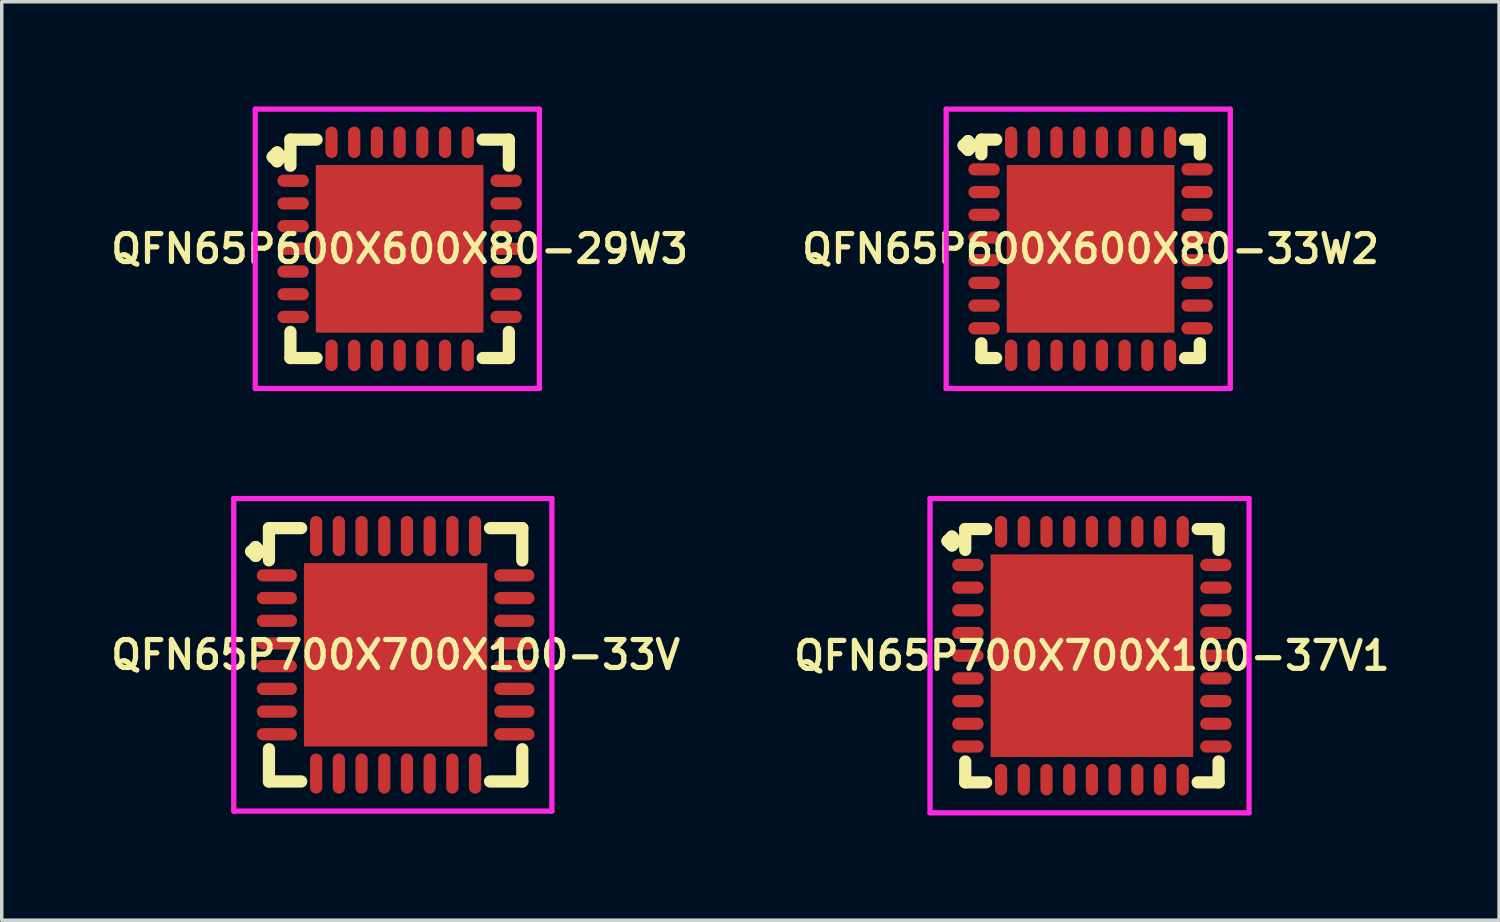
<source format=kicad_pcb>
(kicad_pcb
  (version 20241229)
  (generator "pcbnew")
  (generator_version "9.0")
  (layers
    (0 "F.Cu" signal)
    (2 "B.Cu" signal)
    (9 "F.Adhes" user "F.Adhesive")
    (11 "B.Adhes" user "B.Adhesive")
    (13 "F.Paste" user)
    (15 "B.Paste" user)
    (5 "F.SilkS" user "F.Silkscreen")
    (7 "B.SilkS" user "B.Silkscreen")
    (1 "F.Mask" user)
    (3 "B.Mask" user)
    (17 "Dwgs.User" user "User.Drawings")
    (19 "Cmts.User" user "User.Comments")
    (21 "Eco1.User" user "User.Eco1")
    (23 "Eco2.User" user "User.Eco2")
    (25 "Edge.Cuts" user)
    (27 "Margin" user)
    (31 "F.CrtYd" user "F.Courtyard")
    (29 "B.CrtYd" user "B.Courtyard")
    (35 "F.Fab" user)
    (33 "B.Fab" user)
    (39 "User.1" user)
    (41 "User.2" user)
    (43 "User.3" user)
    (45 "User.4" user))
  (footprint "QFN65P700X700X100-37V1"
    (layer "F.Cu")
    (at 28.216 15.725)
    (property "Reference" "QFN65P700X700X100-37V1" (at 0 0 0) (layer "F.SilkS") (effects (font (size 0.8 0.8) (thickness 0.15))))
    (attr smd)
    (fp_line (start -4.135 -3.283) (end -4.008 -3.41) (stroke (width 0.35) (type solid)) (layer "F.SilkS"))
    (fp_line (start -4.008 -3.41) (end -3.881 -3.283) (stroke (width 0.35) (type solid)) (layer "F.SilkS"))
    (fp_line (start -4.008 -3.156) (end -4.135 -3.283) (stroke (width 0.35) (type solid)) (layer "F.SilkS"))
    (fp_line (start -3.881 -3.283) (end -4.008 -3.156) (stroke (width 0.35) (type solid)) (layer "F.SilkS"))
    (fp_line (start -3.627 -3.627) (end -3.029 -3.627) (stroke (width 0.35) (type solid)) (layer "F.SilkS"))
    (fp_line (start -3.627 -3.029) (end -3.627 -3.627) (stroke (width 0.35) (type solid)) (layer "F.SilkS"))
    (fp_line (start -3.627 3.029) (end -3.627 3.627) (stroke (width 0.35) (type solid)) (layer "F.SilkS"))
    (fp_line (start -3.627 3.627) (end -3.029 3.627) (stroke (width 0.35) (type solid)) (layer "F.SilkS"))
    (fp_line (start 3.029 -3.627) (end 3.627 -3.627) (stroke (width 0.35) (type solid)) (layer "F.SilkS"))
    (fp_line (start 3.029 3.627) (end 3.627 3.627) (stroke (width 0.35) (type solid)) (layer "F.SilkS"))
    (fp_line (start 3.627 -3.627) (end 3.627 -3.029) (stroke (width 0.35) (type solid)) (layer "F.SilkS"))
    (fp_line (start 3.627 3.627) (end 3.627 3.029) (stroke (width 0.35) (type solid)) (layer "F.SilkS"))
    (fp_line (start -4.635 -4.5) (end 4.5 -4.5) (stroke (width 0.15) (type solid)) (layer "F.CrtYd"))
    (fp_line (start -4.635 4.5) (end -4.635 -4.5) (stroke (width 0.15) (type solid)) (layer "F.CrtYd"))
    (fp_line (start 4.5 -4.5) (end 4.5 4.5) (stroke (width 0.15) (type solid)) (layer "F.CrtYd"))
    (fp_line (start 4.5 4.5) (end -4.635 4.5) (stroke (width 0.15) (type solid)) (layer "F.CrtYd"))
    (pad "1" smd oval (at -3.55 -2.6) (size 0.9 0.35) (layers "F.Cu" "F.Mask" "F.Paste"))
    (pad "2" smd oval (at -3.55 -1.95) (size 0.9 0.35) (layers "F.Cu" "F.Mask" "F.Paste"))
    (pad "3" smd oval (at -3.55 -1.3) (size 0.9 0.35) (layers "F.Cu" "F.Mask" "F.Paste"))
    (pad "4" smd oval (at -3.55 -0.65) (size 0.9 0.35) (layers "F.Cu" "F.Mask" "F.Paste"))
    (pad "5" smd oval (at -3.55 0) (size 0.9 0.35) (layers "F.Cu" "F.Mask" "F.Paste"))
    (pad "6" smd oval (at -3.55 0.65) (size 0.9 0.35) (layers "F.Cu" "F.Mask" "F.Paste"))
    (pad "7" smd oval (at -3.55 1.3) (size 0.9 0.35) (layers "F.Cu" "F.Mask" "F.Paste"))
    (pad "8" smd oval (at -3.55 1.95) (size 0.9 0.35) (layers "F.Cu" "F.Mask" "F.Paste"))
    (pad "9" smd oval (at -3.55 2.6) (size 0.9 0.35) (layers "F.Cu" "F.Mask" "F.Paste"))
    (pad "10" smd oval (at -2.6 3.55) (size 0.35 0.9) (layers "F.Cu" "F.Mask" "F.Paste"))
    (pad "11" smd oval (at -1.95 3.55) (size 0.35 0.9) (layers "F.Cu" "F.Mask" "F.Paste"))
    (pad "12" smd oval (at -1.3 3.55) (size 0.35 0.9) (layers "F.Cu" "F.Mask" "F.Paste"))
    (pad "13" smd oval (at -0.65 3.55) (size 0.35 0.9) (layers "F.Cu" "F.Mask" "F.Paste"))
    (pad "14" smd oval (at 0 3.55) (size 0.35 0.9) (layers "F.Cu" "F.Mask" "F.Paste"))
    (pad "15" smd oval (at 0.65 3.55) (size 0.35 0.9) (layers "F.Cu" "F.Mask" "F.Paste"))
    (pad "16" smd oval (at 1.3 3.55) (size 0.35 0.9) (layers "F.Cu" "F.Mask" "F.Paste"))
    (pad "17" smd oval (at 1.95 3.55) (size 0.35 0.9) (layers "F.Cu" "F.Mask" "F.Paste"))
    (pad "18" smd oval (at 2.6 3.55) (size 0.35 0.9) (layers "F.Cu" "F.Mask" "F.Paste"))
    (pad "19" smd oval (at 3.55 2.6) (size 0.9 0.35) (layers "F.Cu" "F.Mask" "F.Paste"))
    (pad "20" smd oval (at 3.55 1.95) (size 0.9 0.35) (layers "F.Cu" "F.Mask" "F.Paste"))
    (pad "21" smd oval (at 3.55 1.3) (size 0.9 0.35) (layers "F.Cu" "F.Mask" "F.Paste"))
    (pad "22" smd oval (at 3.55 0.65) (size 0.9 0.35) (layers "F.Cu" "F.Mask" "F.Paste"))
    (pad "23" smd oval (at 3.55 0) (size 0.9 0.35) (layers "F.Cu" "F.Mask" "F.Paste"))
    (pad "24" smd oval (at 3.55 -0.65) (size 0.9 0.35) (layers "F.Cu" "F.Mask" "F.Paste"))
    (pad "25" smd oval (at 3.55 -1.3) (size 0.9 0.35) (layers "F.Cu" "F.Mask" "F.Paste"))
    (pad "26" smd oval (at 3.55 -1.95) (size 0.9 0.35) (layers "F.Cu" "F.Mask" "F.Paste"))
    (pad "27" smd oval (at 3.55 -2.6) (size 0.9 0.35) (layers "F.Cu" "F.Mask" "F.Paste"))
    (pad "28" smd oval (at 2.6 -3.55) (size 0.35 0.9) (layers "F.Cu" "F.Mask" "F.Paste"))
    (pad "29" smd oval (at 1.95 -3.55) (size 0.35 0.9) (layers "F.Cu" "F.Mask" "F.Paste"))
    (pad "30" smd oval (at 1.3 -3.55) (size 0.35 0.9) (layers "F.Cu" "F.Mask" "F.Paste"))
    (pad "31" smd oval (at 0.65 -3.55) (size 0.35 0.9) (layers "F.Cu" "F.Mask" "F.Paste"))
    (pad "32" smd oval (at 0 -3.55) (size 0.35 0.9) (layers "F.Cu" "F.Mask" "F.Paste"))
    (pad "33" smd oval (at -0.65 -3.55) (size 0.35 0.9) (layers "F.Cu" "F.Mask" "F.Paste"))
    (pad "34" smd oval (at -1.3 -3.55) (size 0.35 0.9) (layers "F.Cu" "F.Mask" "F.Paste"))
    (pad "35" smd oval (at -1.95 -3.55) (size 0.35 0.9) (layers "F.Cu" "F.Mask" "F.Paste"))
    (pad "36" smd oval (at -2.6 -3.55) (size 0.35 0.9) (layers "F.Cu" "F.Mask" "F.Paste"))
    (pad "37" smd rect (at 0 0) (size 5.8 5.8) (layers "F.Cu" "F.Mask" "F.Paste")))
  (footprint "QFN65P700X700X100-33V"
    (layer "F.Cu")
    (at 8.278 15.7)
    (property "Reference" "QFN65P700X700X100-33V" (at 0 0 0) (layer "F.SilkS") (effects (font (size 0.8 0.8) (thickness 0.15))))
    (attr through_hole)
    (fp_line (start -4.135 -2.958) (end -4.008 -3.085) (stroke (width 0.35) (type solid)) (layer "F.SilkS"))
    (fp_line (start -4.008 -3.085) (end -3.881 -2.958) (stroke (width 0.35) (type solid)) (layer "F.SilkS"))
    (fp_line (start -4.008 -2.831) (end -4.135 -2.958) (stroke (width 0.35) (type solid)) (layer "F.SilkS"))
    (fp_line (start -3.881 -2.958) (end -4.008 -2.831) (stroke (width 0.35) (type solid)) (layer "F.SilkS"))
    (fp_line (start -3.627 -3.627) (end -2.704 -3.627) (stroke (width 0.35) (type solid)) (layer "F.SilkS"))
    (fp_line (start -3.627 -2.704) (end -3.627 -3.627) (stroke (width 0.35) (type solid)) (layer "F.SilkS"))
    (fp_line (start -3.627 2.704) (end -3.627 3.627) (stroke (width 0.35) (type solid)) (layer "F.SilkS"))
    (fp_line (start -3.627 3.627) (end -2.704 3.627) (stroke (width 0.35) (type solid)) (layer "F.SilkS"))
    (fp_line (start 2.704 -3.627) (end 3.627 -3.627) (stroke (width 0.35) (type solid)) (layer "F.SilkS"))
    (fp_line (start 2.704 3.627) (end 3.627 3.627) (stroke (width 0.35) (type solid)) (layer "F.SilkS"))
    (fp_line (start 3.627 -3.627) (end 3.627 -2.704) (stroke (width 0.35) (type solid)) (layer "F.SilkS"))
    (fp_line (start 3.627 3.627) (end 3.627 2.704) (stroke (width 0.35) (type solid)) (layer "F.SilkS"))
    (fp_line (start -4.635 -4.475) (end 4.475 -4.475) (stroke (width 0.15) (type solid)) (layer "F.CrtYd"))
    (fp_line (start -4.635 4.475) (end -4.635 -4.475) (stroke (width 0.15) (type solid)) (layer "F.CrtYd"))
    (fp_line (start 4.475 -4.475) (end 4.475 4.475) (stroke (width 0.15) (type solid)) (layer "F.CrtYd"))
    (fp_line (start 4.475 4.475) (end -4.635 4.475) (stroke (width 0.15) (type solid)) (layer "F.CrtYd"))
    (pad "1" smd oval (at -3.4 -2.275) (size 1.15 0.35) (layers "F.Cu" "F.Mask" "F.Paste"))
    (pad "2" smd oval (at -3.4 -1.625) (size 1.15 0.35) (layers "F.Cu" "F.Mask" "F.Paste"))
    (pad "3" smd oval (at -3.4 -0.975) (size 1.15 0.35) (layers "F.Cu" "F.Mask" "F.Paste"))
    (pad "4" smd oval (at -3.4 -0.325) (size 1.15 0.35) (layers "F.Cu" "F.Mask" "F.Paste"))
    (pad "5" smd oval (at -3.4 0.325) (size 1.15 0.35) (layers "F.Cu" "F.Mask" "F.Paste"))
    (pad "6" smd oval (at -3.4 0.975) (size 1.15 0.35) (layers "F.Cu" "F.Mask" "F.Paste"))
    (pad "7" smd oval (at -3.4 1.625) (size 1.15 0.35) (layers "F.Cu" "F.Mask" "F.Paste"))
    (pad "8" smd oval (at -3.4 2.275) (size 1.15 0.35) (layers "F.Cu" "F.Mask" "F.Paste"))
    (pad "9" smd oval (at -2.275 3.4) (size 0.35 1.15) (layers "F.Cu" "F.Mask" "F.Paste"))
    (pad "10" smd oval (at -1.625 3.4) (size 0.35 1.15) (layers "F.Cu" "F.Mask" "F.Paste"))
    (pad "11" smd oval (at -0.975 3.4) (size 0.35 1.15) (layers "F.Cu" "F.Mask" "F.Paste"))
    (pad "12" smd oval (at -0.325 3.4) (size 0.35 1.15) (layers "F.Cu" "F.Mask" "F.Paste"))
    (pad "13" smd oval (at 0.325 3.4) (size 0.35 1.15) (layers "F.Cu" "F.Mask" "F.Paste"))
    (pad "14" smd oval (at 0.975 3.4) (size 0.35 1.15) (layers "F.Cu" "F.Mask" "F.Paste"))
    (pad "15" smd oval (at 1.625 3.4) (size 0.35 1.15) (layers "F.Cu" "F.Mask" "F.Paste"))
    (pad "16" smd oval (at 2.275 3.4) (size 0.35 1.15) (layers "F.Cu" "F.Mask" "F.Paste"))
    (pad "17" smd oval (at 3.4 2.275) (size 1.15 0.35) (layers "F.Cu" "F.Mask" "F.Paste"))
    (pad "18" smd oval (at 3.4 1.625) (size 1.15 0.35) (layers "F.Cu" "F.Mask" "F.Paste"))
    (pad "19" smd oval (at 3.4 0.975) (size 1.15 0.35) (layers "F.Cu" "F.Mask" "F.Paste"))
    (pad "20" smd oval (at 3.4 0.325) (size 1.15 0.35) (layers "F.Cu" "F.Mask" "F.Paste"))
    (pad "21" smd oval (at 3.4 -0.325) (size 1.15 0.35) (layers "F.Cu" "F.Mask" "F.Paste"))
    (pad "22" smd oval (at 3.4 -0.975) (size 1.15 0.35) (layers "F.Cu" "F.Mask" "F.Paste"))
    (pad "23" smd oval (at 3.4 -1.625) (size 1.15 0.35) (layers "F.Cu" "F.Mask" "F.Paste"))
    (pad "24" smd oval (at 3.4 -2.275) (size 1.15 0.35) (layers "F.Cu" "F.Mask" "F.Paste"))
    (pad "25" smd oval (at 2.275 -3.4) (size 0.35 1.15) (layers "F.Cu" "F.Mask" "F.Paste"))
    (pad "26" smd oval (at 1.625 -3.4) (size 0.35 1.15) (layers "F.Cu" "F.Mask" "F.Paste"))
    (pad "27" smd oval (at 0.975 -3.4) (size 0.35 1.15) (layers "F.Cu" "F.Mask" "F.Paste"))
    (pad "28" smd oval (at 0.325 -3.4) (size 0.35 1.15) (layers "F.Cu" "F.Mask" "F.Paste"))
    (pad "29" smd oval (at -0.325 -3.4) (size 0.35 1.15) (layers "F.Cu" "F.Mask" "F.Paste"))
    (pad "30" smd oval (at -0.975 -3.4) (size 0.35 1.15) (layers "F.Cu" "F.Mask" "F.Paste"))
    (pad "31" smd oval (at -1.625 -3.4) (size 0.35 1.15) (layers "F.Cu" "F.Mask" "F.Paste"))
    (pad "32" smd oval (at -2.275 -3.4) (size 0.35 1.15) (layers "F.Cu" "F.Mask" "F.Paste"))
    (pad "33" smd rect (at 0 0) (size 5.25 5.25) (layers "F.Cu" "F.Mask" "F.Paste")))
  (footprint "QFN65P600X600X80-33W2"
    (layer "F.Cu")
    (at 28.178 4.075)
    (property "Reference" "QFN65P600X600X80-33W2" (at 0 0 0) (layer "F.SilkS") (effects (font (size 0.8 0.8) (thickness 0.15))))
    (attr smd)
    (fp_line (start -3.635 -2.958) (end -3.508 -3.085) (stroke (width 0.35) (type solid)) (layer "F.SilkS"))
    (fp_line (start -3.508 -3.085) (end -3.381 -2.958) (stroke (width 0.35) (type solid)) (layer "F.SilkS"))
    (fp_line (start -3.508 -2.831) (end -3.635 -2.958) (stroke (width 0.35) (type solid)) (layer "F.SilkS"))
    (fp_line (start -3.381 -2.958) (end -3.508 -2.831) (stroke (width 0.35) (type solid)) (layer "F.SilkS"))
    (fp_line (start -3.127 -3.127) (end -2.704 -3.127) (stroke (width 0.35) (type solid)) (layer "F.SilkS"))
    (fp_line (start -3.127 -2.704) (end -3.127 -3.127) (stroke (width 0.35) (type solid)) (layer "F.SilkS"))
    (fp_line (start -3.127 2.704) (end -3.127 3.127) (stroke (width 0.35) (type solid)) (layer "F.SilkS"))
    (fp_line (start -3.127 3.127) (end -2.704 3.127) (stroke (width 0.35) (type solid)) (layer "F.SilkS"))
    (fp_line (start 2.704 -3.127) (end 3.127 -3.127) (stroke (width 0.35) (type solid)) (layer "F.SilkS"))
    (fp_line (start 2.704 3.127) (end 3.127 3.127) (stroke (width 0.35) (type solid)) (layer "F.SilkS"))
    (fp_line (start 3.127 -3.127) (end 3.127 -2.704) (stroke (width 0.35) (type solid)) (layer "F.SilkS"))
    (fp_line (start 3.127 3.127) (end 3.127 2.704) (stroke (width 0.35) (type solid)) (layer "F.SilkS"))
    (fp_line (start -4.135 -4) (end 4 -4) (stroke (width 0.15) (type solid)) (layer "F.CrtYd"))
    (fp_line (start -4.135 4) (end -4.135 -4) (stroke (width 0.15) (type solid)) (layer "F.CrtYd"))
    (fp_line (start 4 -4) (end 4 4) (stroke (width 0.15) (type solid)) (layer "F.CrtYd"))
    (fp_line (start 4 4) (end -4.135 4) (stroke (width 0.15) (type solid)) (layer "F.CrtYd"))
    (pad "1" smd oval (at -3.05 -2.275) (size 0.9 0.35) (layers "F.Cu" "F.Mask" "F.Paste"))
    (pad "2" smd oval (at -3.05 -1.625) (size 0.9 0.35) (layers "F.Cu" "F.Mask" "F.Paste"))
    (pad "3" smd oval (at -3.05 -0.975) (size 0.9 0.35) (layers "F.Cu" "F.Mask" "F.Paste"))
    (pad "4" smd oval (at -3.05 -0.325) (size 0.9 0.35) (layers "F.Cu" "F.Mask" "F.Paste"))
    (pad "5" smd oval (at -3.05 0.325) (size 0.9 0.35) (layers "F.Cu" "F.Mask" "F.Paste"))
    (pad "6" smd oval (at -3.05 0.975) (size 0.9 0.35) (layers "F.Cu" "F.Mask" "F.Paste"))
    (pad "7" smd oval (at -3.05 1.625) (size 0.9 0.35) (layers "F.Cu" "F.Mask" "F.Paste"))
    (pad "8" smd oval (at -3.05 2.275) (size 0.9 0.35) (layers "F.Cu" "F.Mask" "F.Paste"))
    (pad "9" smd oval (at -2.275 3.05) (size 0.35 0.9) (layers "F.Cu" "F.Mask" "F.Paste"))
    (pad "10" smd oval (at -1.625 3.05) (size 0.35 0.9) (layers "F.Cu" "F.Mask" "F.Paste"))
    (pad "11" smd oval (at -0.975 3.05) (size 0.35 0.9) (layers "F.Cu" "F.Mask" "F.Paste"))
    (pad "12" smd oval (at -0.325 3.05) (size 0.35 0.9) (layers "F.Cu" "F.Mask" "F.Paste"))
    (pad "13" smd oval (at 0.325 3.05) (size 0.35 0.9) (layers "F.Cu" "F.Mask" "F.Paste"))
    (pad "14" smd oval (at 0.975 3.05) (size 0.35 0.9) (layers "F.Cu" "F.Mask" "F.Paste"))
    (pad "15" smd oval (at 1.625 3.05) (size 0.35 0.9) (layers "F.Cu" "F.Mask" "F.Paste"))
    (pad "16" smd oval (at 2.275 3.05) (size 0.35 0.9) (layers "F.Cu" "F.Mask" "F.Paste"))
    (pad "17" smd oval (at 3.05 2.275) (size 0.9 0.35) (layers "F.Cu" "F.Mask" "F.Paste"))
    (pad "18" smd oval (at 3.05 1.625) (size 0.9 0.35) (layers "F.Cu" "F.Mask" "F.Paste"))
    (pad "19" smd oval (at 3.05 0.975) (size 0.9 0.35) (layers "F.Cu" "F.Mask" "F.Paste"))
    (pad "20" smd oval (at 3.05 0.325) (size 0.9 0.35) (layers "F.Cu" "F.Mask" "F.Paste"))
    (pad "21" smd oval (at 3.05 -0.325) (size 0.9 0.35) (layers "F.Cu" "F.Mask" "F.Paste"))
    (pad "22" smd oval (at 3.05 -0.975) (size 0.9 0.35) (layers "F.Cu" "F.Mask" "F.Paste"))
    (pad "23" smd oval (at 3.05 -1.625) (size 0.9 0.35) (layers "F.Cu" "F.Mask" "F.Paste"))
    (pad "24" smd oval (at 3.05 -2.275) (size 0.9 0.35) (layers "F.Cu" "F.Mask" "F.Paste"))
    (pad "25" smd oval (at 2.275 -3.05) (size 0.35 0.9) (layers "F.Cu" "F.Mask" "F.Paste"))
    (pad "26" smd oval (at 1.625 -3.05) (size 0.35 0.9) (layers "F.Cu" "F.Mask" "F.Paste"))
    (pad "27" smd oval (at 0.975 -3.05) (size 0.35 0.9) (layers "F.Cu" "F.Mask" "F.Paste"))
    (pad "28" smd oval (at 0.325 -3.05) (size 0.35 0.9) (layers "F.Cu" "F.Mask" "F.Paste"))
    (pad "29" smd oval (at -0.325 -3.05) (size 0.35 0.9) (layers "F.Cu" "F.Mask" "F.Paste"))
    (pad "30" smd oval (at -0.975 -3.05) (size 0.35 0.9) (layers "F.Cu" "F.Mask" "F.Paste"))
    (pad "31" smd oval (at -1.625 -3.05) (size 0.35 0.9) (layers "F.Cu" "F.Mask" "F.Paste"))
    (pad "32" smd oval (at -2.275 -3.05) (size 0.35 0.9) (layers "F.Cu" "F.Mask" "F.Paste"))
    (pad "33" smd rect (at 0 0) (size 4.8 4.8) (layers "F.Cu" "F.Mask" "F.Paste")))
  (footprint "QFN65P600X600X80-29W3"
    (layer "F.Cu")
    (at 8.393 4.075)
    (property "Reference" "QFN65P600X600X80-29W3" (at 0 0 0) (layer "F.SilkS") (effects (font (size 0.8 0.8) (thickness 0.15))))
    (attr smd)
    (fp_line (start -3.635 -2.633) (end -3.508 -2.76) (stroke (width 0.35) (type solid)) (layer "F.SilkS"))
    (fp_line (start -3.508 -2.76) (end -3.381 -2.633) (stroke (width 0.35) (type solid)) (layer "F.SilkS"))
    (fp_line (start -3.508 -2.506) (end -3.635 -2.633) (stroke (width 0.35) (type solid)) (layer "F.SilkS"))
    (fp_line (start -3.381 -2.633) (end -3.508 -2.506) (stroke (width 0.35) (type solid)) (layer "F.SilkS"))
    (fp_line (start -3.127 -3.127) (end -2.379 -3.127) (stroke (width 0.35) (type solid)) (layer "F.SilkS"))
    (fp_line (start -3.127 -2.379) (end -3.127 -3.127) (stroke (width 0.35) (type solid)) (layer "F.SilkS"))
    (fp_line (start -3.127 2.379) (end -3.127 3.127) (stroke (width 0.35) (type solid)) (layer "F.SilkS"))
    (fp_line (start -3.127 3.127) (end -2.379 3.127) (stroke (width 0.35) (type solid)) (layer "F.SilkS"))
    (fp_line (start 2.379 -3.127) (end 3.127 -3.127) (stroke (width 0.35) (type solid)) (layer "F.SilkS"))
    (fp_line (start 2.379 3.127) (end 3.127 3.127) (stroke (width 0.35) (type solid)) (layer "F.SilkS"))
    (fp_line (start 3.127 -3.127) (end 3.127 -2.379) (stroke (width 0.35) (type solid)) (layer "F.SilkS"))
    (fp_line (start 3.127 3.127) (end 3.127 2.379) (stroke (width 0.35) (type solid)) (layer "F.SilkS"))
    (fp_line (start -4.135 -4) (end 4 -4) (stroke (width 0.15) (type solid)) (layer "F.CrtYd"))
    (fp_line (start -4.135 4) (end -4.135 -4) (stroke (width 0.15) (type solid)) (layer "F.CrtYd"))
    (fp_line (start 4 -4) (end 4 4) (stroke (width 0.15) (type solid)) (layer "F.CrtYd"))
    (fp_line (start 4 4) (end -4.135 4) (stroke (width 0.15) (type solid)) (layer "F.CrtYd"))
    (pad "1" smd oval (at -3.05 -1.95) (size 0.9 0.35) (layers "F.Cu" "F.Mask" "F.Paste"))
    (pad "2" smd oval (at -3.05 -1.3) (size 0.9 0.35) (layers "F.Cu" "F.Mask" "F.Paste"))
    (pad "3" smd oval (at -3.05 -0.65) (size 0.9 0.35) (layers "F.Cu" "F.Mask" "F.Paste"))
    (pad "4" smd oval (at -3.05 0) (size 0.9 0.35) (layers "F.Cu" "F.Mask" "F.Paste"))
    (pad "5" smd oval (at -3.05 0.65) (size 0.9 0.35) (layers "F.Cu" "F.Mask" "F.Paste"))
    (pad "6" smd oval (at -3.05 1.3) (size 0.9 0.35) (layers "F.Cu" "F.Mask" "F.Paste"))
    (pad "7" smd oval (at -3.05 1.95) (size 0.9 0.35) (layers "F.Cu" "F.Mask" "F.Paste"))
    (pad "8" smd oval (at -1.95 3.05) (size 0.35 0.9) (layers "F.Cu" "F.Mask" "F.Paste"))
    (pad "9" smd oval (at -1.3 3.05) (size 0.35 0.9) (layers "F.Cu" "F.Mask" "F.Paste"))
    (pad "10" smd oval (at -0.65 3.05) (size 0.35 0.9) (layers "F.Cu" "F.Mask" "F.Paste"))
    (pad "11" smd oval (at 0 3.05) (size 0.35 0.9) (layers "F.Cu" "F.Mask" "F.Paste"))
    (pad "12" smd oval (at 0.65 3.05) (size 0.35 0.9) (layers "F.Cu" "F.Mask" "F.Paste"))
    (pad "13" smd oval (at 1.3 3.05) (size 0.35 0.9) (layers "F.Cu" "F.Mask" "F.Paste"))
    (pad "14" smd oval (at 1.95 3.05) (size 0.35 0.9) (layers "F.Cu" "F.Mask" "F.Paste"))
    (pad "15" smd oval (at 3.05 1.95) (size 0.9 0.35) (layers "F.Cu" "F.Mask" "F.Paste"))
    (pad "16" smd oval (at 3.05 1.3) (size 0.9 0.35) (layers "F.Cu" "F.Mask" "F.Paste"))
    (pad "17" smd oval (at 3.05 0.65) (size 0.9 0.35) (layers "F.Cu" "F.Mask" "F.Paste"))
    (pad "18" smd oval (at 3.05 0) (size 0.9 0.35) (layers "F.Cu" "F.Mask" "F.Paste"))
    (pad "19" smd oval (at 3.05 -0.65) (size 0.9 0.35) (layers "F.Cu" "F.Mask" "F.Paste"))
    (pad "20" smd oval (at 3.05 -1.3) (size 0.9 0.35) (layers "F.Cu" "F.Mask" "F.Paste"))
    (pad "21" smd oval (at 3.05 -1.95) (size 0.9 0.35) (layers "F.Cu" "F.Mask" "F.Paste"))
    (pad "22" smd oval (at 1.95 -3.05) (size 0.35 0.9) (layers "F.Cu" "F.Mask" "F.Paste"))
    (pad "23" smd oval (at 1.3 -3.05) (size 0.35 0.9) (layers "F.Cu" "F.Mask" "F.Paste"))
    (pad "24" smd oval (at 0.65 -3.05) (size 0.35 0.9) (layers "F.Cu" "F.Mask" "F.Paste"))
    (pad "25" smd oval (at 0 -3.05) (size 0.35 0.9) (layers "F.Cu" "F.Mask" "F.Paste"))
    (pad "26" smd oval (at -0.65 -3.05) (size 0.35 0.9) (layers "F.Cu" "F.Mask" "F.Paste"))
    (pad "27" smd oval (at -1.3 -3.05) (size 0.35 0.9) (layers "F.Cu" "F.Mask" "F.Paste"))
    (pad "28" smd oval (at -1.95 -3.05) (size 0.35 0.9) (layers "F.Cu" "F.Mask" "F.Paste"))
    (pad "29" smd rect (at 0 0) (size 4.8 4.8) (layers "F.Cu" "F.Mask" "F.Paste")))
  (gr_rect
    (start -3 -3)
    (end 39.875 23.3)
    (stroke (width 0.1) (type default))
    (fill no)
    (layer "Edge.Cuts")))
</source>
